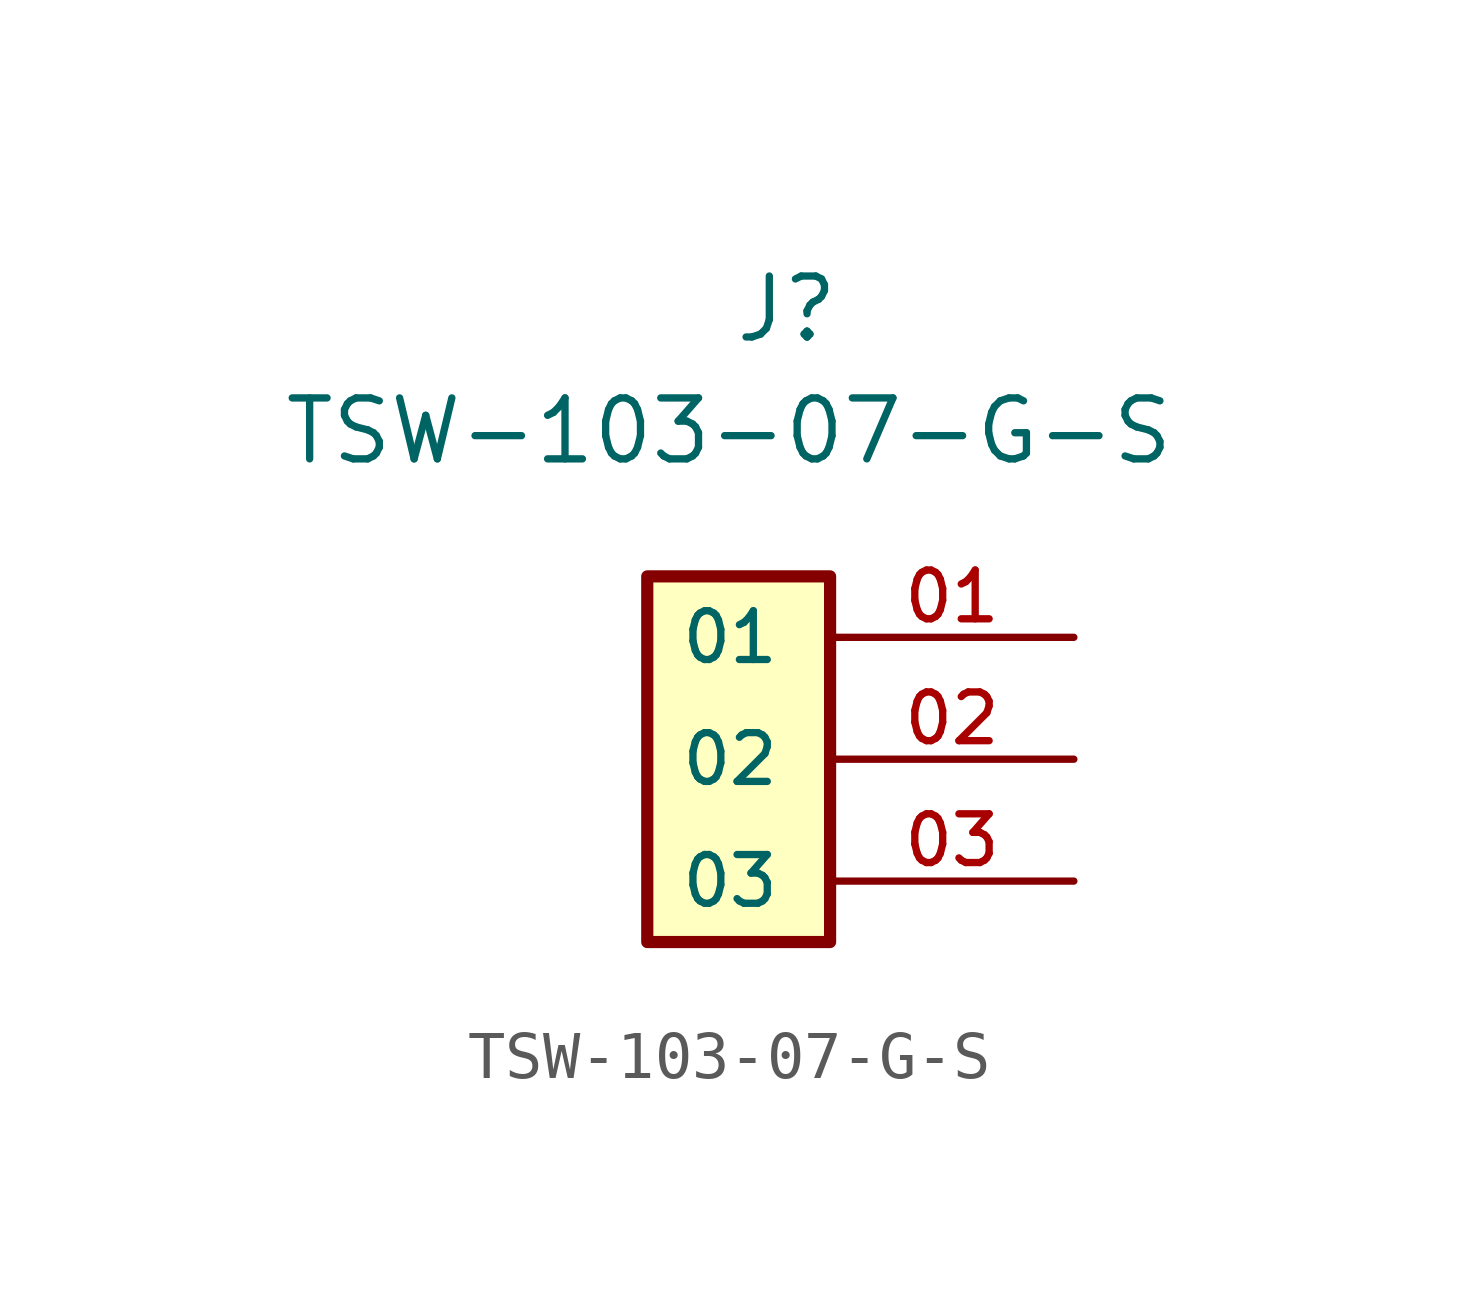
<source format=kicad_sym>
(kicad_symbol_lib
  (version 20231120)
  (generator "kicad_symbol_editor")
  (generator_version "8.0")
  (symbol "TSW-103-07-G-S"
    (pin_names
      (offset 1.016))
    (property "Reference" "J"
      (at 1.778 12.446 0)
      (effects (font (size 1.27 1.27)) (justify left bottom)))
    (property "Value" "TSW-103-07-G-S"
      (at -7.62 9.906 0)
      (effects (font (size 1.27 1.27)) (justify left bottom)))
    (symbol "TSW-103-07-G-S_0_0"
      (rectangle (start 0 7.62) (end 3.81 0) (stroke (width 0.254) (type default)) (fill (type background)))
      (pin passive line (at 8.89 6.35 180) (length 5.08) (name "01" (effects (font (size 1.016 1.016)))) (number "01" (effects (font (size 1.016 1.016)))))
      (pin passive line (at 8.89 3.81 180) (length 5.08) (name "02" (effects (font (size 1.016 1.016)))) (number "02" (effects (font (size 1.016 1.016)))))
      (pin passive line (at 8.89 1.27 180) (length 5.08) (name "03" (effects (font (size 1.016 1.016)))) (number "03" (effects (font (size 1.016 1.016))))))))
</source>
